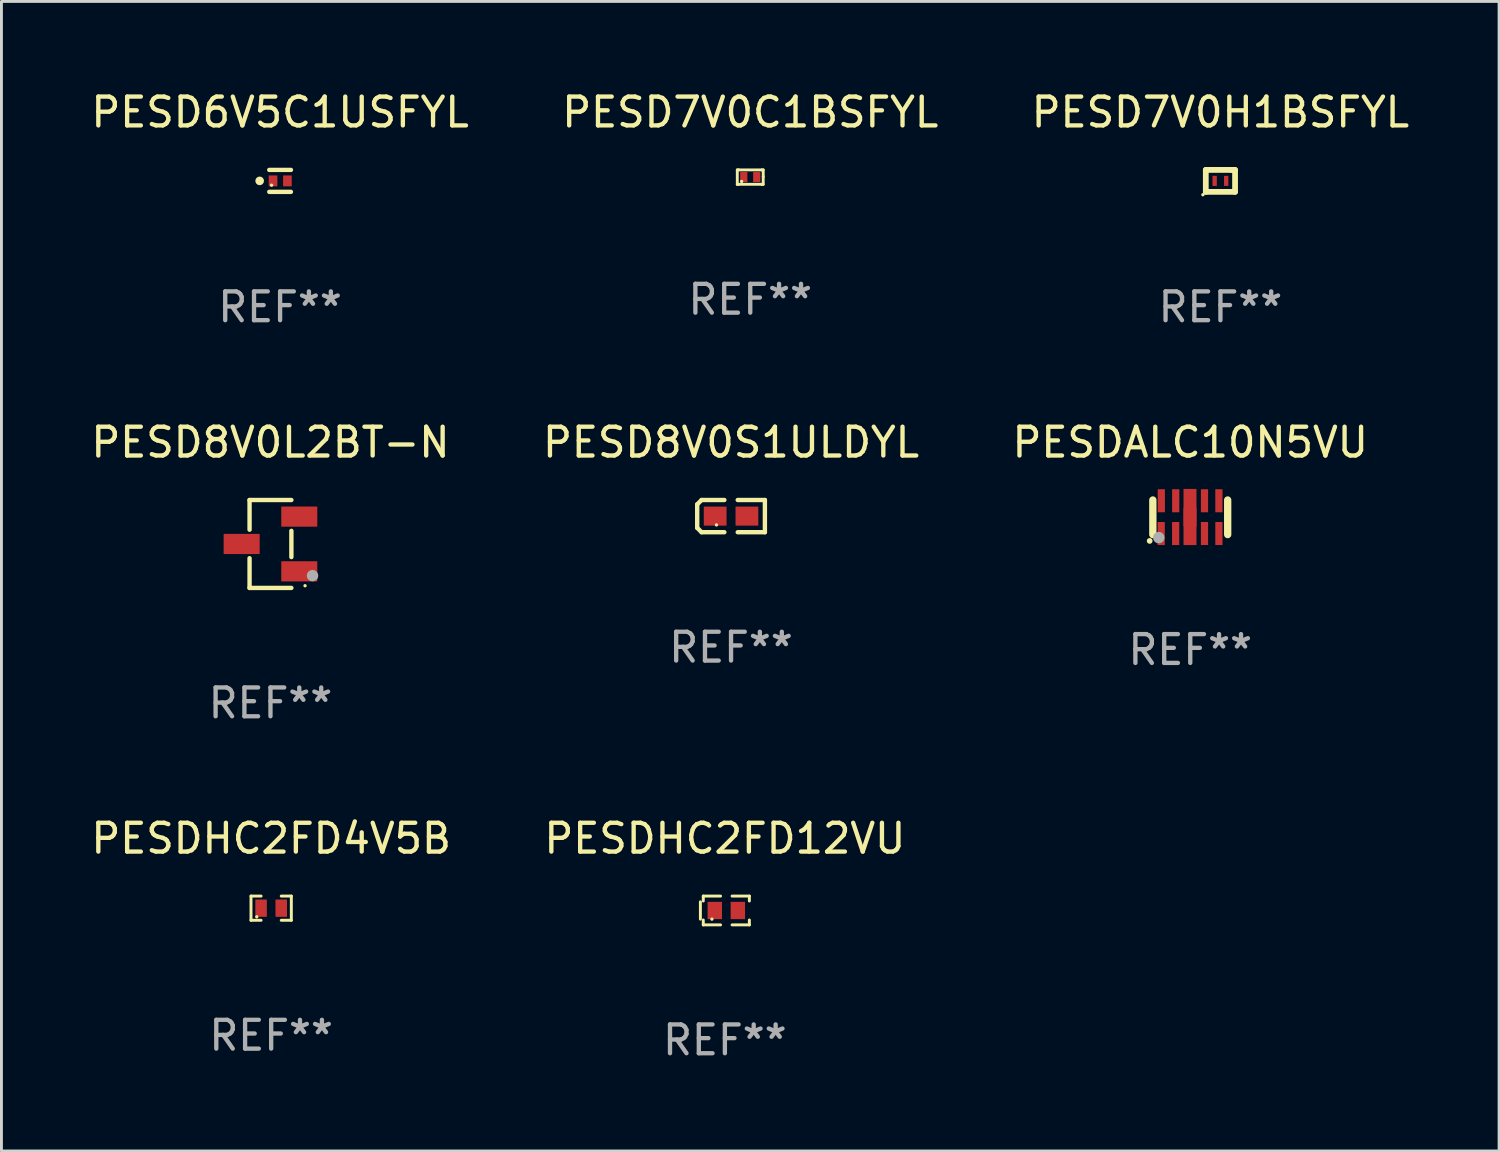
<source format=kicad_pcb>
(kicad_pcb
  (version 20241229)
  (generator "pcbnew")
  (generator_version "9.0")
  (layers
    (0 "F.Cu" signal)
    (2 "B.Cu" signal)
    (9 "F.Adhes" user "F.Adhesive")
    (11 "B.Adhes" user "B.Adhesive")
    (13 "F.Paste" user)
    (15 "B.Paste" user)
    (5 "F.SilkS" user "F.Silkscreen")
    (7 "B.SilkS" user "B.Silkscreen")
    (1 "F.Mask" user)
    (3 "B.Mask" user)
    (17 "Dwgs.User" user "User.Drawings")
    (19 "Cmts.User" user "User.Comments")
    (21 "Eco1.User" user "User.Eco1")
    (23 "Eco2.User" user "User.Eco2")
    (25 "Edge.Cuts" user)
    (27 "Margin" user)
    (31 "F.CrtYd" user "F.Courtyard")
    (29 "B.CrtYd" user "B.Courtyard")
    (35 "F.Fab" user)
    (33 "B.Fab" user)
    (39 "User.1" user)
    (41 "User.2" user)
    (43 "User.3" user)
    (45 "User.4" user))
  (footprint "PESDALC10N5VU"
    (layer "F.Cu")
    (at 38.268 14.907)
    (property "Reference" "PESDALC10N5VU" (at 0 -2.6 0) (layer "F.SilkS") (effects (font (size 1 1) (thickness 0.15))))
    (attr through_hole)
    (fp_line (start -1.299 0.6) (end -1.299 -0.6) (stroke (width 0.254) (type solid)) (layer "F.SilkS"))
    (fp_line (start 1.299 -0.6) (end 1.299 0.6) (stroke (width 0.254) (type solid)) (layer "F.SilkS"))
    (fp_circle (center -1.409 0.82) (end -1.359 0.82) (stroke (width 0.1) (type solid)) (fill no) (layer "F.SilkS"))
    (fp_circle (center -1.257 0.495) (end -1.227 0.495) (stroke (width 0.06) (type solid)) (fill no) (layer "F.SilkS"))
    (fp_circle (center -1.094 0.706) (end -0.994 0.706) (stroke (width 0.2) (type solid)) (fill no) (layer "F.Fab"))
    (fp_text user "REF**" (at 0 4.6 0) (layer "F.Fab") (effects (font (size 1 1) (thickness 0.15))))
    (pad "1" smd rect (at -1.008 0.564 180) (size 0.25 0.8) (layers "F.Cu" "F.Mask" "F.Paste"))
    (pad "2" smd rect (at -0.507 0.564 180) (size 0.25 0.8) (layers "F.Cu" "F.Mask" "F.Paste"))
    (pad "3" smd rect (at -0.009 0.314 180) (size 0.45 1.3) (layers "F.Cu" "F.Mask" "F.Paste"))
    (pad "4" smd rect (at 0.494 0.562 180) (size 0.25 0.8) (layers "F.Cu" "F.Mask" "F.Paste"))
    (pad "5" smd rect (at 0.994 0.562 180) (size 0.25 0.8) (layers "F.Cu" "F.Mask" "F.Paste"))
    (pad "6" smd rect (at 0.994 -0.574 180) (size 0.25 0.8) (layers "F.Cu" "F.Mask" "F.Paste"))
    (pad "7" smd rect (at 0.494 -0.574 180) (size 0.25 0.8) (layers "F.Cu" "F.Mask" "F.Paste"))
    (pad "8" smd rect (at -0.009 -0.335 180) (size 0.45 1.3) (layers "F.Cu" "F.Mask" "F.Paste"))
    (pad "9" smd rect (at -0.505 -0.574 180) (size 0.25 0.8) (layers "F.Cu" "F.Mask" "F.Paste"))
    (pad "10" smd rect (at -1.005 -0.574 180) (size 0.25 0.8) (layers "F.Cu" "F.Mask" "F.Paste")))
  (footprint "PESDHC2FD12VU"
    (layer "F.Cu")
    (at 22.113 28.556)
    (property "Reference" "PESDHC2FD12VU" (at 0 -2.5 0) (layer "F.SilkS") (effects (font (size 1 1) (thickness 0.15))))
    (attr through_hole)
    (fp_line (start -0.85 -0.3) (end -0.85 0.3) (stroke (width 0.102) (type solid)) (layer "F.SilkS"))
    (fp_line (start -0.75 -0.5) (end -0.75 -0.329) (stroke (width 0.102) (type solid)) (layer "F.SilkS"))
    (fp_line (start -0.75 0.329) (end -0.75 0.5) (stroke (width 0.102) (type solid)) (layer "F.SilkS"))
    (fp_line (start -0.75 0.5) (end -0.15 0.5) (stroke (width 0.102) (type solid)) (layer "F.SilkS"))
    (fp_line (start -0.15 -0.5) (end -0.75 -0.5) (stroke (width 0.102) (type solid)) (layer "F.SilkS"))
    (fp_line (start 0.25 -0.5) (end 0.85 -0.5) (stroke (width 0.102) (type solid)) (layer "F.SilkS"))
    (fp_line (start 0.85 -0.5) (end 0.85 -0.33) (stroke (width 0.102) (type solid)) (layer "F.SilkS"))
    (fp_line (start 0.85 0.33) (end 0.85 0.5) (stroke (width 0.102) (type solid)) (layer "F.SilkS"))
    (fp_line (start 0.85 0.5) (end 0.25 0.5) (stroke (width 0.102) (type solid)) (layer "F.SilkS"))
    (fp_circle (center -0.45 0.3) (end -0.42 0.3) (stroke (width 0.06) (type solid)) (fill no) (layer "F.SilkS"))
    (fp_text user "REF**" (at 0 4.5 0) (layer "F.Fab") (effects (font (size 1 1) (thickness 0.15))))
    (pad "1" smd rect (at -0.35 0) (size 0.5 0.6) (layers "F.Cu" "F.Mask" "F.Paste"))
    (pad "2" smd rect (at 0.45 0) (size 0.5 0.6) (layers "F.Cu" "F.Mask" "F.Paste")))
  (footprint "PESD8V0S1ULDYL"
    (layer "F.Cu")
    (at 22.327 14.866)
    (property "Reference" "PESD8V0S1ULDYL" (at 0 -2.559 0) (layer "F.SilkS") (effects (font (size 1 1) (thickness 0.15))))
    (attr through_hole)
    (fp_line (start -1.175 -0.407) (end -1.023 -0.559) (stroke (width 0.152) (type solid)) (layer "F.SilkS"))
    (fp_line (start -1.175 0.407) (end -1.175 -0.407) (stroke (width 0.152) (type solid)) (layer "F.SilkS"))
    (fp_line (start -1.023 -0.559) (end -0.232 -0.559) (stroke (width 0.152) (type solid)) (layer "F.SilkS"))
    (fp_line (start -1.023 0.559) (end -1.175 0.407) (stroke (width 0.152) (type solid)) (layer "F.SilkS"))
    (fp_line (start -0.232 0.559) (end -1.023 0.559) (stroke (width 0.152) (type solid)) (layer "F.SilkS"))
    (fp_line (start 0.232 0.559) (end 1.175 0.559) (stroke (width 0.152) (type solid)) (layer "F.SilkS"))
    (fp_line (start 1.175 -0.559) (end 0.232 -0.559) (stroke (width 0.152) (type solid)) (layer "F.SilkS"))
    (fp_line (start 1.175 0.559) (end 1.175 -0.559) (stroke (width 0.152) (type solid)) (layer "F.SilkS"))
    (fp_circle (center -0.506 0.306) (end -0.476 0.306) (stroke (width 0.06) (type solid)) (fill no) (layer "F.SilkS"))
    (fp_text user "REF**" (at 0 4.559 0) (layer "F.Fab") (effects (font (size 1 1) (thickness 0.15))))
    (pad "1" smd rect (at -0.551 0) (size 0.79 0.661) (layers "F.Cu" "F.Mask" "F.Paste"))
    (pad "2" smd rect (at 0.551 0) (size 0.79 0.661) (layers "F.Cu" "F.Mask" "F.Paste")))
  (footprint "PESD6V5C1USFYL"
    (layer "F.Cu")
    (at 6.673 3.229)
    (property "Reference" "PESD6V5C1USFYL" (at 0 -2.381 0) (layer "F.SilkS") (effects (font (size 1 1) (thickness 0.15))))
    (attr through_hole)
    (fp_line (start -0.376 -0.381) (end 0.376 -0.381) (stroke (width 0.152) (type solid)) (layer "F.SilkS"))
    (fp_line (start -0.376 0.381) (end 0.376 0.381) (stroke (width 0.152) (type solid)) (layer "F.SilkS"))
    (fp_circle (center -0.709 0) (end -0.634 0) (stroke (width 0.15) (type solid)) (fill no) (layer "F.SilkS"))
    (fp_circle (center -0.295 0.15) (end -0.265 0.15) (stroke (width 0.06) (type solid)) (fill no) (layer "F.SilkS"))
    (fp_text user "REF**" (at 0 4.381 0) (layer "F.Fab") (effects (font (size 1 1) (thickness 0.15))))
    (pad "1" smd rect (at -0.245 0) (size 0.3 0.378) (layers "F.Cu" "F.Mask" "F.Paste"))
    (pad "2" smd rect (at 0.254 0) (size 0.3 0.378) (layers "F.Cu" "F.Mask" "F.Paste")))
  (footprint "PESDHC2FD4V5B"
    (layer "F.Cu")
    (at 6.363 28.476)
    (property "Reference" "PESDHC2FD4V5B" (at 0 -2.42 0) (layer "F.SilkS") (effects (font (size 1 1) (thickness 0.15))))
    (attr through_hole)
    (fp_line (start -0.7 -0.42) (end -0.7 0.42) (stroke (width 0.102) (type solid)) (layer "F.SilkS"))
    (fp_line (start -0.7 0.42) (end -0.35 0.42) (stroke (width 0.102) (type solid)) (layer "F.SilkS"))
    (fp_line (start -0.35 -0.42) (end -0.7 -0.42) (stroke (width 0.102) (type solid)) (layer "F.SilkS"))
    (fp_line (start 0.35 0.42) (end 0.7 0.42) (stroke (width 0.102) (type solid)) (layer "F.SilkS"))
    (fp_line (start 0.7 -0.42) (end 0.35 -0.42) (stroke (width 0.102) (type solid)) (layer "F.SilkS"))
    (fp_line (start 0.7 0.42) (end 0.7 -0.42) (stroke (width 0.102) (type solid)) (layer "F.SilkS"))
    (fp_circle (center -0.5 0.3) (end -0.47 0.3) (stroke (width 0.06) (type solid)) (fill no) (layer "F.SilkS"))
    (fp_text user "REF**" (at 0 4.42 0) (layer "F.Fab") (effects (font (size 1 1) (thickness 0.15))))
    (pad "1" smd rect (at -0.35 0) (size 0.4 0.6) (layers "F.Cu" "F.Mask" "F.Paste"))
    (pad "2" smd rect (at 0.35 0) (size 0.4 0.6) (layers "F.Cu" "F.Mask" "F.Paste")))
  (footprint "PESD8V0L2BT-N"
    (layer "F.Cu")
    (at 6.339 15.833)
    (property "Reference" "PESD8V0L2BT-N" (at 0 -3.526 0) (layer "F.SilkS") (effects (font (size 1 1) (thickness 0.15))))
    (attr through_hole)
    (fp_line (start -0.726 -1.526) (end -0.726 -0.495) (stroke (width 0.152) (type solid)) (layer "F.SilkS"))
    (fp_line (start -0.726 1.526) (end -0.726 0.495) (stroke (width 0.152) (type solid)) (layer "F.SilkS"))
    (fp_line (start 0.726 -1.526) (end -0.726 -1.526) (stroke (width 0.152) (type solid)) (layer "F.SilkS"))
    (fp_line (start 0.726 -0.455) (end 0.726 0.455) (stroke (width 0.152) (type solid)) (layer "F.SilkS"))
    (fp_line (start 0.726 1.526) (end -0.726 1.526) (stroke (width 0.152) (type solid)) (layer "F.SilkS"))
    (fp_circle (center 1.2 1.45) (end 1.23 1.45) (stroke (width 0.06) (type solid)) (fill no) (layer "F.SilkS"))
    (fp_circle (center 1.46 1.1) (end 1.56 1.1) (stroke (width 0.2) (type solid)) (fill no) (layer "F.Fab"))
    (fp_text user "REF**" (at 0 5.526 0) (layer "F.Fab") (effects (font (size 1 1) (thickness 0.15))))
    (pad "1" smd rect (at 1 0.95) (size 1.25 0.7) (layers "F.Cu" "F.Mask" "F.Paste"))
    (pad "2" smd rect (at 1 -0.95) (size 1.25 0.7) (layers "F.Cu" "F.Mask" "F.Paste"))
    (pad "3" smd rect (at -1 0) (size 1.25 0.7) (layers "F.Cu" "F.Mask" "F.Paste")))
  (footprint "PESD7V0C1BSFYL"
    (layer "F.Cu")
    (at 22.994 3.098)
    (property "Reference" "PESD7V0C1BSFYL" (at 0 -2.25 0) (layer "F.SilkS") (effects (font (size 1 1) (thickness 0.15))))
    (attr through_hole)
    (fp_line (start -0.45 -0.25) (end -0.45 0.25) (stroke (width 0.1) (type solid)) (layer "F.SilkS"))
    (fp_line (start -0.45 0.25) (end -0.45 0.25) (stroke (width 0.1) (type solid)) (layer "F.SilkS"))
    (fp_line (start -0.4 -0.25) (end -0.45 -0.25) (stroke (width 0.1) (type solid)) (layer "F.SilkS"))
    (fp_line (start -0.4 -0.25) (end 0.4 -0.25) (stroke (width 0.1) (type solid)) (layer "F.SilkS"))
    (fp_line (start -0.4 0.25) (end -0.45 0.25) (stroke (width 0.1) (type solid)) (layer "F.SilkS"))
    (fp_line (start -0.4 0.25) (end 0.4 0.25) (stroke (width 0.1) (type solid)) (layer "F.SilkS"))
    (fp_line (start 0.4 -0.25) (end 0.45 -0.25) (stroke (width 0.1) (type solid)) (layer "F.SilkS"))
    (fp_line (start 0.4 0.25) (end 0.4 0.25) (stroke (width 0.1) (type solid)) (layer "F.SilkS"))
    (fp_line (start 0.45 -0.25) (end 0.45 -0.018) (stroke (width 0.1) (type solid)) (layer "F.SilkS"))
    (fp_line (start 0.45 -0.018) (end 0.45 0.25) (stroke (width 0.1) (type solid)) (layer "F.SilkS"))
    (fp_line (start 0.45 0.25) (end 0.4 0.25) (stroke (width 0.1) (type solid)) (layer "F.SilkS"))
    (fp_circle (center -0.3 0.15) (end -0.27 0.15) (stroke (width 0.06) (type solid)) (fill no) (layer "F.SilkS"))
    (fp_text user "REF**" (at 0 4.25 0) (layer "F.Fab") (effects (font (size 1 1) (thickness 0.15))))
    (pad "1" smd rect (at -0.225 0) (size 0.25 0.35) (layers "F.Cu" "F.Mask" "F.Paste"))
    (pad "2" smd rect (at 0.225 0) (size 0.25 0.35) (layers "F.Cu" "F.Mask" "F.Paste")))
  (footprint "PESD7V0H1BSFYL"
    (layer "F.Cu")
    (at 39.315 3.229)
    (property "Reference" "PESD7V0H1BSFYL" (at 0 -2.381 0) (layer "F.SilkS") (effects (font (size 1 1) (thickness 0.15))))
    (attr through_hole)
    (fp_line (start -0.508 -0.381) (end 0.381 -0.381) (stroke (width 0.2) (type solid)) (layer "F.SilkS"))
    (fp_line (start -0.508 0.381) (end -0.508 -0.381) (stroke (width 0.2) (type solid)) (layer "F.SilkS"))
    (fp_line (start 0.381 -0.381) (end 0.508 -0.381) (stroke (width 0.2) (type solid)) (layer "F.SilkS"))
    (fp_line (start 0.508 -0.381) (end 0.508 0.381) (stroke (width 0.2) (type solid)) (layer "F.SilkS"))
    (fp_line (start 0.508 0.381) (end -0.508 0.381) (stroke (width 0.2) (type solid)) (layer "F.SilkS"))
    (fp_circle (center -0.608 0.481) (end -0.578 0.481) (stroke (width 0.06) (type solid)) (fill no) (layer "F.SilkS"))
    (fp_text user "REF**" (at 0 4.381 0) (layer "F.Fab") (effects (font (size 1 1) (thickness 0.15))))
    (pad "1" smd rect (at -0.2 0) (size 0.15 0.35) (layers "F.Cu" "F.Mask" "F.Paste"))
    (pad "2" smd rect (at 0.2 0) (size 0.15 0.35) (layers "F.Cu" "F.Mask" "F.Paste")))
  (gr_rect
    (start -3 -3)
    (end 48.988 36.904)
    (stroke (width 0.1) (type default))
    (fill no)
    (layer "Edge.Cuts")))
</source>
